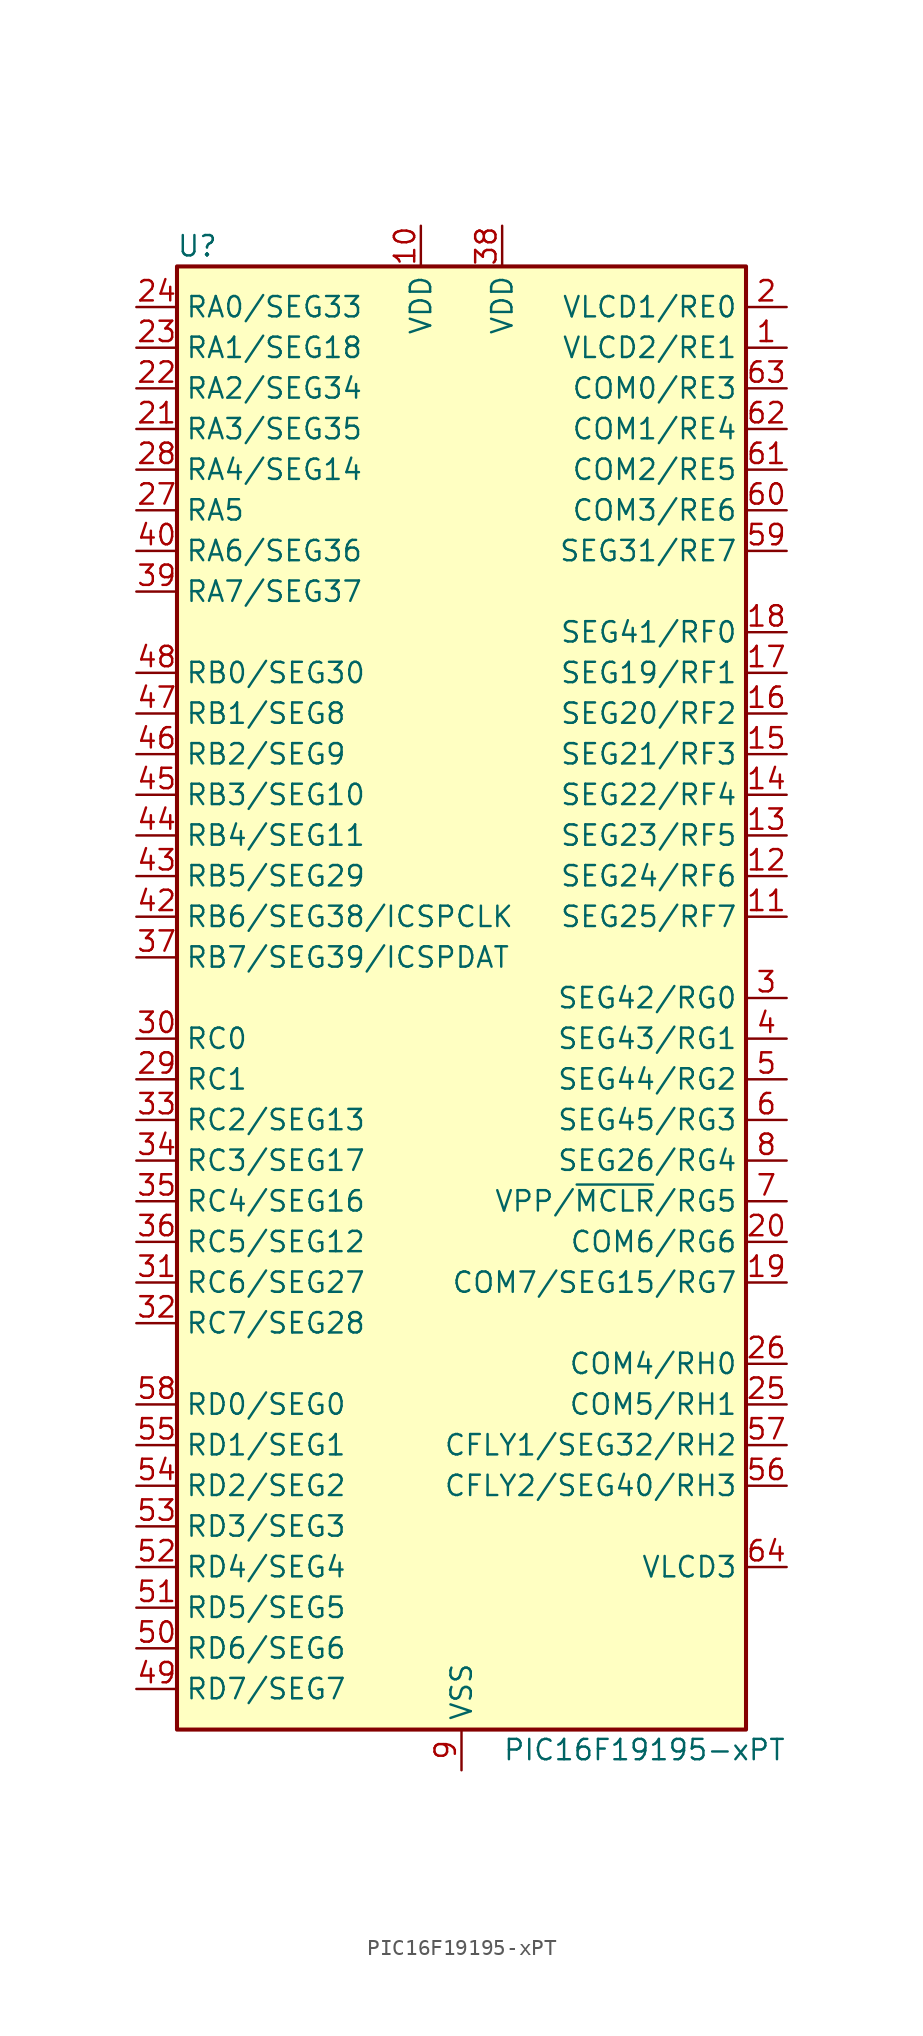
<source format=kicad_sym>
(kicad_symbol_lib
  (version 20241209)
  (generator "kicad_symbol_editor")
  (generator_version "9.0")
  (symbol "PIC16F19195-xPT"
    (property "Reference" "U"
      (at -16.51 46.99 0)
      (effects (font (size 1.27 1.27))))
    (property "Value" "PIC16F19195-xPT"
      (at 11.43 -46.99 0)
      (effects (font (size 1.27 1.27))))
    (symbol "PIC16F19195-xPT_0_1"
      (rectangle (start -17.78 45.72) (end 17.78 -45.72) (stroke (width 0.254) (type default)) (fill (type background))))
    (symbol "PIC16F19195-xPT_1_1"
      (pin bidirectional line (at -20.32 43.18 0) (length 2.54) (name "RA0/SEG33" (effects (font (size 1.27 1.27)))) (number "24" (effects (font (size 1.27 1.27)))))
      (pin bidirectional line (at -20.32 40.64 0) (length 2.54) (name "RA1/SEG18" (effects (font (size 1.27 1.27)))) (number "23" (effects (font (size 1.27 1.27)))))
      (pin bidirectional line (at -20.32 38.1 0) (length 2.54) (name "RA2/SEG34" (effects (font (size 1.27 1.27)))) (number "22" (effects (font (size 1.27 1.27)))))
      (pin bidirectional line (at -20.32 35.56 0) (length 2.54) (name "RA3/SEG35" (effects (font (size 1.27 1.27)))) (number "21" (effects (font (size 1.27 1.27)))))
      (pin bidirectional line (at -20.32 33.02 0) (length 2.54) (name "RA4/SEG14" (effects (font (size 1.27 1.27)))) (number "28" (effects (font (size 1.27 1.27)))))
      (pin bidirectional line (at -20.32 30.48 0) (length 2.54) (name "RA5" (effects (font (size 1.27 1.27)))) (number "27" (effects (font (size 1.27 1.27)))))
      (pin bidirectional line (at -20.32 27.94 0) (length 2.54) (name "RA6/SEG36" (effects (font (size 1.27 1.27)))) (number "40" (effects (font (size 1.27 1.27)))))
      (pin bidirectional line (at -20.32 25.4 0) (length 2.54) (name "RA7/SEG37" (effects (font (size 1.27 1.27)))) (number "39" (effects (font (size 1.27 1.27)))))
      (pin bidirectional line (at -20.32 20.32 0) (length 2.54) (name "RB0/SEG30" (effects (font (size 1.27 1.27)))) (number "48" (effects (font (size 1.27 1.27)))))
      (pin bidirectional line (at -20.32 17.78 0) (length 2.54) (name "RB1/SEG8" (effects (font (size 1.27 1.27)))) (number "47" (effects (font (size 1.27 1.27)))))
      (pin bidirectional line (at -20.32 15.24 0) (length 2.54) (name "RB2/SEG9" (effects (font (size 1.27 1.27)))) (number "46" (effects (font (size 1.27 1.27)))))
      (pin bidirectional line (at -20.32 12.7 0) (length 2.54) (name "RB3/SEG10" (effects (font (size 1.27 1.27)))) (number "45" (effects (font (size 1.27 1.27)))))
      (pin bidirectional line (at -20.32 10.16 0) (length 2.54) (name "RB4/SEG11" (effects (font (size 1.27 1.27)))) (number "44" (effects (font (size 1.27 1.27)))))
      (pin bidirectional line (at -20.32 7.62 0) (length 2.54) (name "RB5/SEG29" (effects (font (size 1.27 1.27)))) (number "43" (effects (font (size 1.27 1.27)))))
      (pin bidirectional line (at -20.32 5.08 0) (length 2.54) (name "RB6/SEG38/ICSPCLK" (effects (font (size 1.27 1.27)))) (number "42" (effects (font (size 1.27 1.27)))))
      (pin bidirectional line (at -20.32 2.54 0) (length 2.54) (name "RB7/SEG39/ICSPDAT" (effects (font (size 1.27 1.27)))) (number "37" (effects (font (size 1.27 1.27)))))
      (pin bidirectional line (at -20.32 -2.54 0) (length 2.54) (name "RC0" (effects (font (size 1.27 1.27)))) (number "30" (effects (font (size 1.27 1.27)))))
      (pin bidirectional line (at -20.32 -5.08 0) (length 2.54) (name "RC1" (effects (font (size 1.27 1.27)))) (number "29" (effects (font (size 1.27 1.27)))))
      (pin bidirectional line (at -20.32 -7.62 0) (length 2.54) (name "RC2/SEG13" (effects (font (size 1.27 1.27)))) (number "33" (effects (font (size 1.27 1.27)))))
      (pin bidirectional line (at -20.32 -10.16 0) (length 2.54) (name "RC3/SEG17" (effects (font (size 1.27 1.27)))) (number "34" (effects (font (size 1.27 1.27)))))
      (pin bidirectional line (at -20.32 -12.7 0) (length 2.54) (name "RC4/SEG16" (effects (font (size 1.27 1.27)))) (number "35" (effects (font (size 1.27 1.27)))))
      (pin bidirectional line (at -20.32 -15.24 0) (length 2.54) (name "RC5/SEG12" (effects (font (size 1.27 1.27)))) (number "36" (effects (font (size 1.27 1.27)))))
      (pin bidirectional line (at -20.32 -17.78 0) (length 2.54) (name "RC6/SEG27" (effects (font (size 1.27 1.27)))) (number "31" (effects (font (size 1.27 1.27)))))
      (pin bidirectional line (at -20.32 -20.32 0) (length 2.54) (name "RC7/SEG28" (effects (font (size 1.27 1.27)))) (number "32" (effects (font (size 1.27 1.27)))))
      (pin bidirectional line (at -20.32 -25.4 0) (length 2.54) (name "RD0/SEG0" (effects (font (size 1.27 1.27)))) (number "58" (effects (font (size 1.27 1.27)))))
      (pin bidirectional line (at -20.32 -27.94 0) (length 2.54) (name "RD1/SEG1" (effects (font (size 1.27 1.27)))) (number "55" (effects (font (size 1.27 1.27)))))
      (pin bidirectional line (at -20.32 -30.48 0) (length 2.54) (name "RD2/SEG2" (effects (font (size 1.27 1.27)))) (number "54" (effects (font (size 1.27 1.27)))))
      (pin bidirectional line (at -20.32 -33.02 0) (length 2.54) (name "RD3/SEG3" (effects (font (size 1.27 1.27)))) (number "53" (effects (font (size 1.27 1.27)))))
      (pin bidirectional line (at -20.32 -35.56 0) (length 2.54) (name "RD4/SEG4" (effects (font (size 1.27 1.27)))) (number "52" (effects (font (size 1.27 1.27)))))
      (pin bidirectional line (at -20.32 -38.1 0) (length 2.54) (name "RD5/SEG5" (effects (font (size 1.27 1.27)))) (number "51" (effects (font (size 1.27 1.27)))))
      (pin bidirectional line (at -20.32 -40.64 0) (length 2.54) (name "RD6/SEG6" (effects (font (size 1.27 1.27)))) (number "50" (effects (font (size 1.27 1.27)))))
      (pin bidirectional line (at -20.32 -43.18 0) (length 2.54) (name "RD7/SEG7" (effects (font (size 1.27 1.27)))) (number "49" (effects (font (size 1.27 1.27)))))
      (pin power_in line (at -2.54 48.26 270) (length 2.54) (name "VDD" (effects (font (size 1.27 1.27)))) (number "10" (effects (font (size 1.27 1.27)))))
      (pin passive line (at 0 -48.26 90) (length 2.54) (hide yes) (name "VSS" (effects (font (size 1.27 1.27)))) (number "41" (effects (font (size 1.27 1.27)))))
      (pin power_in line (at 0 -48.26 90) (length 2.54) (name "VSS" (effects (font (size 1.27 1.27)))) (number "9" (effects (font (size 1.27 1.27)))))
      (pin power_in line (at 2.54 48.26 270) (length 2.54) (name "VDD" (effects (font (size 1.27 1.27)))) (number "38" (effects (font (size 1.27 1.27)))))
      (pin bidirectional line (at 20.32 43.18 180) (length 2.54) (name "VLCD1/RE0" (effects (font (size 1.27 1.27)))) (number "2" (effects (font (size 1.27 1.27)))))
      (pin bidirectional line (at 20.32 40.64 180) (length 2.54) (name "VLCD2/RE1" (effects (font (size 1.27 1.27)))) (number "1" (effects (font (size 1.27 1.27)))))
      (pin bidirectional line (at 20.32 38.1 180) (length 2.54) (name "COM0/RE3" (effects (font (size 1.27 1.27)))) (number "63" (effects (font (size 1.27 1.27)))))
      (pin bidirectional line (at 20.32 35.56 180) (length 2.54) (name "COM1/RE4" (effects (font (size 1.27 1.27)))) (number "62" (effects (font (size 1.27 1.27)))))
      (pin bidirectional line (at 20.32 33.02 180) (length 2.54) (name "COM2/RE5" (effects (font (size 1.27 1.27)))) (number "61" (effects (font (size 1.27 1.27)))))
      (pin bidirectional line (at 20.32 30.48 180) (length 2.54) (name "COM3/RE6" (effects (font (size 1.27 1.27)))) (number "60" (effects (font (size 1.27 1.27)))))
      (pin bidirectional line (at 20.32 27.94 180) (length 2.54) (name "SEG31/RE7" (effects (font (size 1.27 1.27)))) (number "59" (effects (font (size 1.27 1.27)))))
      (pin bidirectional line (at 20.32 22.86 180) (length 2.54) (name "SEG41/RF0" (effects (font (size 1.27 1.27)))) (number "18" (effects (font (size 1.27 1.27)))))
      (pin bidirectional line (at 20.32 20.32 180) (length 2.54) (name "SEG19/RF1" (effects (font (size 1.27 1.27)))) (number "17" (effects (font (size 1.27 1.27)))))
      (pin bidirectional line (at 20.32 17.78 180) (length 2.54) (name "SEG20/RF2" (effects (font (size 1.27 1.27)))) (number "16" (effects (font (size 1.27 1.27)))))
      (pin bidirectional line (at 20.32 15.24 180) (length 2.54) (name "SEG21/RF3" (effects (font (size 1.27 1.27)))) (number "15" (effects (font (size 1.27 1.27)))))
      (pin bidirectional line (at 20.32 12.7 180) (length 2.54) (name "SEG22/RF4" (effects (font (size 1.27 1.27)))) (number "14" (effects (font (size 1.27 1.27)))))
      (pin bidirectional line (at 20.32 10.16 180) (length 2.54) (name "SEG23/RF5" (effects (font (size 1.27 1.27)))) (number "13" (effects (font (size 1.27 1.27)))))
      (pin bidirectional line (at 20.32 7.62 180) (length 2.54) (name "SEG24/RF6" (effects (font (size 1.27 1.27)))) (number "12" (effects (font (size 1.27 1.27)))))
      (pin bidirectional line (at 20.32 5.08 180) (length 2.54) (name "SEG25/RF7" (effects (font (size 1.27 1.27)))) (number "11" (effects (font (size 1.27 1.27)))))
      (pin bidirectional line (at 20.32 0 180) (length 2.54) (name "SEG42/RG0" (effects (font (size 1.27 1.27)))) (number "3" (effects (font (size 1.27 1.27)))))
      (pin bidirectional line (at 20.32 -2.54 180) (length 2.54) (name "SEG43/RG1" (effects (font (size 1.27 1.27)))) (number "4" (effects (font (size 1.27 1.27)))))
      (pin bidirectional line (at 20.32 -5.08 180) (length 2.54) (name "SEG44/RG2" (effects (font (size 1.27 1.27)))) (number "5" (effects (font (size 1.27 1.27)))))
      (pin bidirectional line (at 20.32 -7.62 180) (length 2.54) (name "SEG45/RG3" (effects (font (size 1.27 1.27)))) (number "6" (effects (font (size 1.27 1.27)))))
      (pin bidirectional line (at 20.32 -10.16 180) (length 2.54) (name "SEG26/RG4" (effects (font (size 1.27 1.27)))) (number "8" (effects (font (size 1.27 1.27)))))
      (pin bidirectional line (at 20.32 -12.7 180) (length 2.54) (name "VPP/~{MCLR}/RG5" (effects (font (size 1.27 1.27)))) (number "7" (effects (font (size 1.27 1.27)))))
      (pin bidirectional line (at 20.32 -15.24 180) (length 2.54) (name "COM6/RG6" (effects (font (size 1.27 1.27)))) (number "20" (effects (font (size 1.27 1.27)))))
      (pin bidirectional line (at 20.32 -17.78 180) (length 2.54) (name "COM7/SEG15/RG7" (effects (font (size 1.27 1.27)))) (number "19" (effects (font (size 1.27 1.27)))))
      (pin bidirectional line (at 20.32 -22.86 180) (length 2.54) (name "COM4/RH0" (effects (font (size 1.27 1.27)))) (number "26" (effects (font (size 1.27 1.27)))))
      (pin bidirectional line (at 20.32 -25.4 180) (length 2.54) (name "COM5/RH1" (effects (font (size 1.27 1.27)))) (number "25" (effects (font (size 1.27 1.27)))))
      (pin bidirectional line (at 20.32 -27.94 180) (length 2.54) (name "CFLY1/SEG32/RH2" (effects (font (size 1.27 1.27)))) (number "57" (effects (font (size 1.27 1.27)))))
      (pin bidirectional line (at 20.32 -30.48 180) (length 2.54) (name "CFLY2/SEG40/RH3" (effects (font (size 1.27 1.27)))) (number "56" (effects (font (size 1.27 1.27)))))
      (pin input line (at 20.32 -35.56 180) (length 2.54) (name "VLCD3" (effects (font (size 1.27 1.27)))) (number "64" (effects (font (size 1.27 1.27))))))))
</source>
